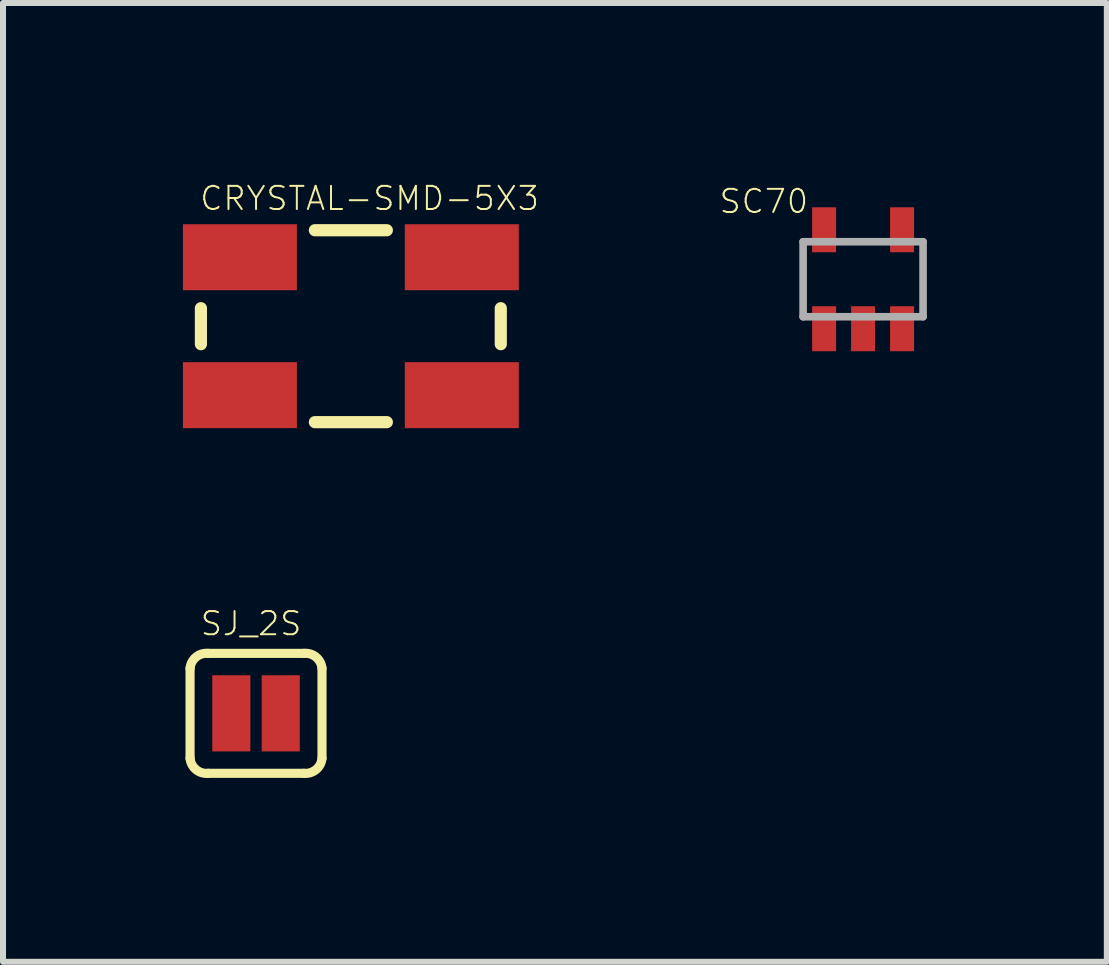
<source format=kicad_pcb>
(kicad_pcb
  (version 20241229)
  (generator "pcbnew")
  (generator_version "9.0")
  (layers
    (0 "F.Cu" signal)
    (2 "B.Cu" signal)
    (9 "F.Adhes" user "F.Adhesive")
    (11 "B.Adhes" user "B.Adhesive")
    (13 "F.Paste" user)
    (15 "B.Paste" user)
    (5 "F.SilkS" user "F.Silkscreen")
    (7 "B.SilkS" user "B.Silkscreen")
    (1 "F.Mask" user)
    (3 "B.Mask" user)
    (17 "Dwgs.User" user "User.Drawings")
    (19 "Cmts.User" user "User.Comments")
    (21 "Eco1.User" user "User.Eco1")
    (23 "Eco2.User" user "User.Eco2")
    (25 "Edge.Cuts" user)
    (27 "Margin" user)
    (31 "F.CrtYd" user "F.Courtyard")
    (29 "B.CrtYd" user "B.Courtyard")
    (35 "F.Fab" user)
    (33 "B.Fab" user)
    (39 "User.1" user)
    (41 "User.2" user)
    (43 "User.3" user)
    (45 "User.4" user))
  (footprint "SC70"
    (layer "F.Cu")
    (at 11.341 1.606)
    (property "Reference" "SC70" (at -0.889 -1.524 0) (layer "F.SilkS") (effects (font (size 0.386 0.386) (thickness 0.033)) (justify right top)))
    (attr through_hole)
    (fp_poly (pts (xy -0.85 -0.45) (xy -0.45 -0.45) (xy -0.45 -1.2) (xy -0.85 -1.2)) (stroke (width 0) (type solid)) (fill yes) (layer "F.Paste"))
    (fp_poly (pts (xy -0.838 1.168) (xy -0.508 1.168) (xy -0.508 0.483) (xy -0.838 0.483)) (stroke (width 0) (type solid)) (fill yes) (layer "F.Paste"))
    (fp_poly (pts (xy -0.165 1.168) (xy 0.165 1.168) (xy 0.165 0.483) (xy -0.165 0.483)) (stroke (width 0) (type solid)) (fill yes) (layer "F.Paste"))
    (fp_poly (pts (xy 0.45 -0.45) (xy 0.85 -0.45) (xy 0.85 -1.2) (xy 0.45 -1.2)) (stroke (width 0) (type solid)) (fill yes) (layer "F.Paste"))
    (fp_poly (pts (xy 0.508 1.168) (xy 0.838 1.168) (xy 0.838 0.483) (xy 0.508 0.483)) (stroke (width 0) (type solid)) (fill yes) (layer "F.Paste"))
    (fp_line (start -1 -0.625) (end 1 -0.625) (stroke (width 0.127) (type solid)) (layer "F.Fab"))
    (fp_line (start -1 0.625) (end -1 -0.625) (stroke (width 0.127) (type solid)) (layer "F.Fab"))
    (fp_line (start -1 0.625) (end 1 0.625) (stroke (width 0.127) (type solid)) (layer "F.Fab"))
    (fp_line (start 1 -0.625) (end 1 0.625) (stroke (width 0.127) (type solid)) (layer "F.Fab"))
    (pad "1" smd rect (at -0.65 0.825) (size 0.4 0.75) (layers "F.Cu" "F.Mask"))
    (pad "2" smd rect (at 0 0.825) (size 0.4 0.75) (layers "F.Cu" "F.Mask"))
    (pad "3" smd rect (at 0.65 0.825) (size 0.4 0.75) (layers "F.Cu" "F.Mask"))
    (pad "4" smd rect (at 0.65 -0.825) (size 0.4 0.75) (layers "F.Cu" "F.Mask"))
    (pad "5" smd rect (at -0.65 -0.825) (size 0.4 0.75) (layers "F.Cu" "F.Mask")))
  (footprint "SJ_2S"
    (layer "F.Cu")
    (at 1.219 8.844)
    (property "Reference" "SJ_2S" (at -0.95 -1.27 0) (layer "F.SilkS") (effects (font (size 0.386 0.386) (thickness 0.033)) (justify left bottom)))
    (attr through_hole)
    (fp_line (start -1.1 0.75) (end -1.1 -0.75) (stroke (width 0.152) (type solid)) (layer "F.SilkS"))
    (fp_line (start -0.8 -1) (end 0.8 -1) (stroke (width 0.152) (type solid)) (layer "F.SilkS"))
    (fp_line (start 0.8 1) (end -0.8 1) (stroke (width 0.152) (type solid)) (layer "F.SilkS"))
    (fp_line (start 1.1 0.75) (end 1.1 -0.75) (stroke (width 0.152) (type solid)) (layer "F.SilkS"))
    (fp_arc (start -1.1 -0.75) (mid -1.001777 -0.937132) (end -0.8 -1) (stroke (width 0.1524) (type solid)) (layer "F.SilkS"))
    (fp_arc (start -0.799998 1) (mid -1.001849 0.93722) (end -1.1 0.75) (stroke (width 0.1524) (type solid)) (layer "F.SilkS"))
    (fp_arc (start 0.8 -1) (mid 1.001777 -0.937132) (end 1.1 -0.75) (stroke (width 0.1524) (type solid)) (layer "F.SilkS"))
    (fp_arc (start 1.1 0.75) (mid 1.001777 0.937132) (end 0.8 1) (stroke (width 0.1524) (type solid)) (layer "F.SilkS"))
    (fp_poly (pts (xy -1.219 1.143) (xy 1.219 1.143) (xy 1.219 -1.143) (xy -1.219 -1.143)) (stroke (width 0) (type solid)) (fill yes) (layer "F.Paste"))
    (pad "1" smd rect (at -0.412 0) (size 0.635 1.27) (layers "F.Cu" "F.Mask" "F.Paste"))
    (pad "2" smd rect (at 0.412 0) (size 0.635 1.27) (layers "F.Cu" "F.Mask" "F.Paste")))
  (footprint "CRYSTAL-SMD-5X3"
    (layer "F.Cu")
    (at 2.8 2.389)
    (property "Reference" "CRYSTAL-SMD-5X3" (at -2.54 -1.905 0) (layer "F.SilkS") (effects (font (size 0.386 0.386) (thickness 0.033)) (justify left bottom)))
    (attr through_hole)
    (fp_line (start -2.5 -0.3) (end -2.5 0.3) (stroke (width 0.203) (type solid)) (layer "F.SilkS"))
    (fp_line (start -0.6 -1.6) (end 0.6 -1.6) (stroke (width 0.203) (type solid)) (layer "F.SilkS"))
    (fp_line (start 0.6 1.6) (end -0.6 1.6) (stroke (width 0.203) (type solid)) (layer "F.SilkS"))
    (fp_line (start 2.5 -0.3) (end 2.5 0.3) (stroke (width 0.203) (type solid)) (layer "F.SilkS"))
    (pad "1" smd rect (at -1.85 1.15) (size 1.9 1.1) (layers "F.Cu" "F.Mask" "F.Paste"))
    (pad "2" smd rect (at 1.85 1.15) (size 1.9 1.1) (layers "F.Cu" "F.Mask" "F.Paste"))
    (pad "3" smd rect (at 1.85 -1.15) (size 1.9 1.1) (layers "F.Cu" "F.Mask" "F.Paste"))
    (pad "4" smd rect (at -1.85 -1.15) (size 1.9 1.1) (layers "F.Cu" "F.Mask" "F.Paste")))
  (gr_rect
    (start -3 -3)
    (end 15.405 12.987)
    (stroke (width 0.1) (type default))
    (fill no)
    (layer "Edge.Cuts")))
</source>
